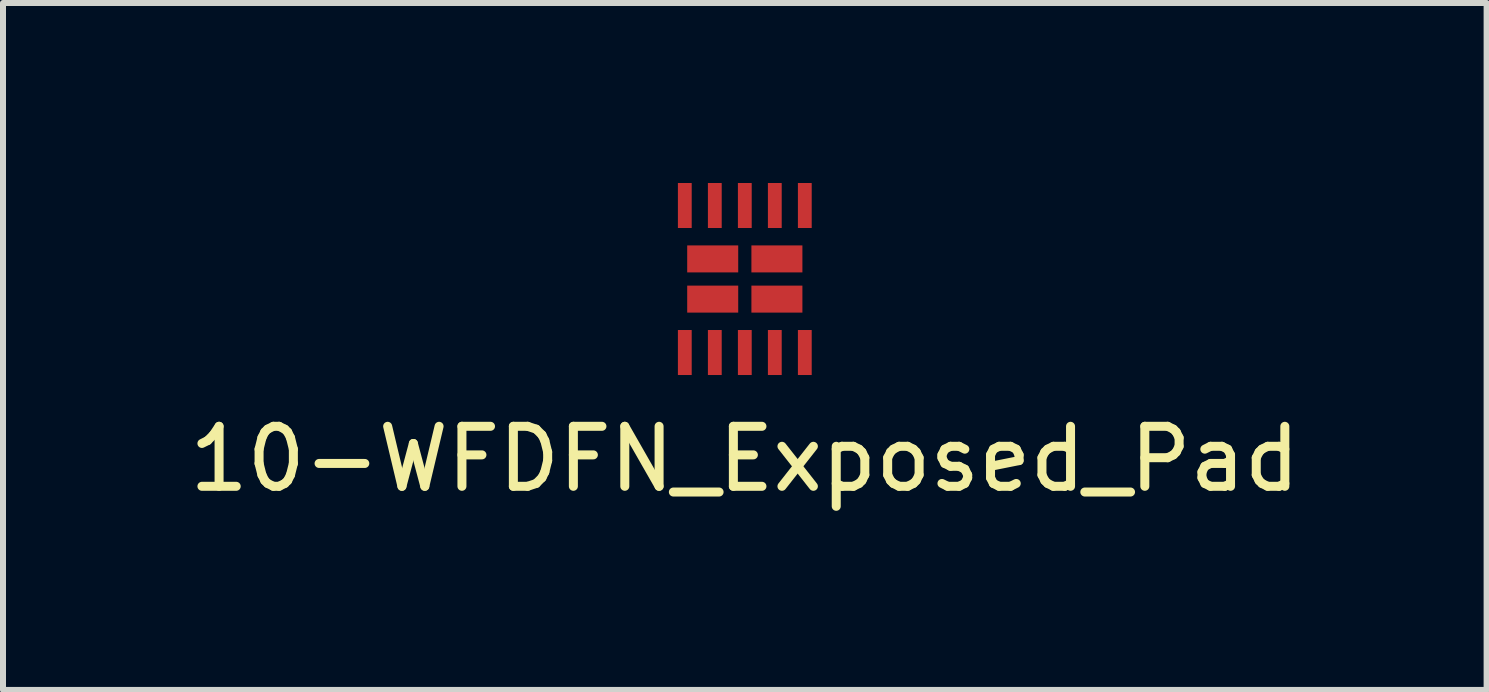
<source format=kicad_pcb>
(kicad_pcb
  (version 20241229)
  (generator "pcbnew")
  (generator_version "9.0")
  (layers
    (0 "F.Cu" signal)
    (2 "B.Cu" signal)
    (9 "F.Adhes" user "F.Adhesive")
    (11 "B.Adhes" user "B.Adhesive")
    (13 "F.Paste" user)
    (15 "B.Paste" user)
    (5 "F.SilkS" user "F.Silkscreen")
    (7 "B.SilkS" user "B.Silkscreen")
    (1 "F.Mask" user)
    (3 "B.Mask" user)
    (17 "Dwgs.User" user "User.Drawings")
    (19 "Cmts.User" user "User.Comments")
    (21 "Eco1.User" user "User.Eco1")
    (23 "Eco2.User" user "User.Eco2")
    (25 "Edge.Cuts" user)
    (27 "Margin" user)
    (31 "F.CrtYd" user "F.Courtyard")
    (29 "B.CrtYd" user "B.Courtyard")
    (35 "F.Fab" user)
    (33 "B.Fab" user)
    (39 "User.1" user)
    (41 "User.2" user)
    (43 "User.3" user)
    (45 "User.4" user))
  (footprint "10-WFDFN_Exposed_Pad"
    (layer "F.Cu")
    (at 9.363 1.6)
    (property "Reference" "10-WFDFN_Exposed_Pad" (at 0 3 0) (layer "F.SilkS") (effects (font (size 1 1) (thickness 0.15))))
    (attr through_hole)
    (pad "1" smd rect (at 1 -1.225) (size 0.23 0.75) (layers "F.Cu" "F.Mask" "F.Paste"))
    (pad "2" smd rect (at 0.5 -1.225) (size 0.23 0.75) (layers "F.Cu" "F.Mask" "F.Paste"))
    (pad "3" smd rect (at 0 -1.225) (size 0.23 0.75) (layers "F.Cu" "F.Mask" "F.Paste"))
    (pad "4" smd rect (at -0.5 -1.225) (size 0.23 0.75) (layers "F.Cu" "F.Mask" "F.Paste"))
    (pad "5" smd rect (at -1 -1.225) (size 0.23 0.75) (layers "F.Cu" "F.Mask" "F.Paste"))
    (pad "6" smd rect (at -1 1.225) (size 0.23 0.75) (layers "F.Cu" "F.Mask" "F.Paste"))
    (pad "7" smd rect (at -0.5 1.225) (size 0.23 0.75) (layers "F.Cu" "F.Mask" "F.Paste"))
    (pad "8" smd rect (at 0 1.225) (size 0.23 0.75) (layers "F.Cu" "F.Mask" "F.Paste"))
    (pad "9" smd rect (at 0.5 1.225) (size 0.23 0.75) (layers "F.Cu" "F.Mask" "F.Paste"))
    (pad "10" smd rect (at 1 1.225) (size 0.23 0.75) (layers "F.Cu" "F.Mask" "F.Paste"))
    (pad "EP" smd rect (at -0.535 -0.335) (size 0.85 0.45) (layers "F.Cu" "F.Mask" "F.Paste"))
    (pad "EP" smd rect (at -0.535 0.335) (size 0.85 0.45) (layers "F.Cu" "F.Mask" "F.Paste"))
    (pad "EP" smd rect (at 0.535 -0.335) (size 0.85 0.45) (layers "F.Cu" "F.Mask" "F.Paste"))
    (pad "EP" smd rect (at 0.535 0.335) (size 0.85 0.45) (layers "F.Cu" "F.Mask" "F.Paste")))
  (gr_rect
    (start -3 -3)
    (end 21.726 8.448)
    (stroke (width 0.1) (type default))
    (fill no)
    (layer "Edge.Cuts")))
</source>
